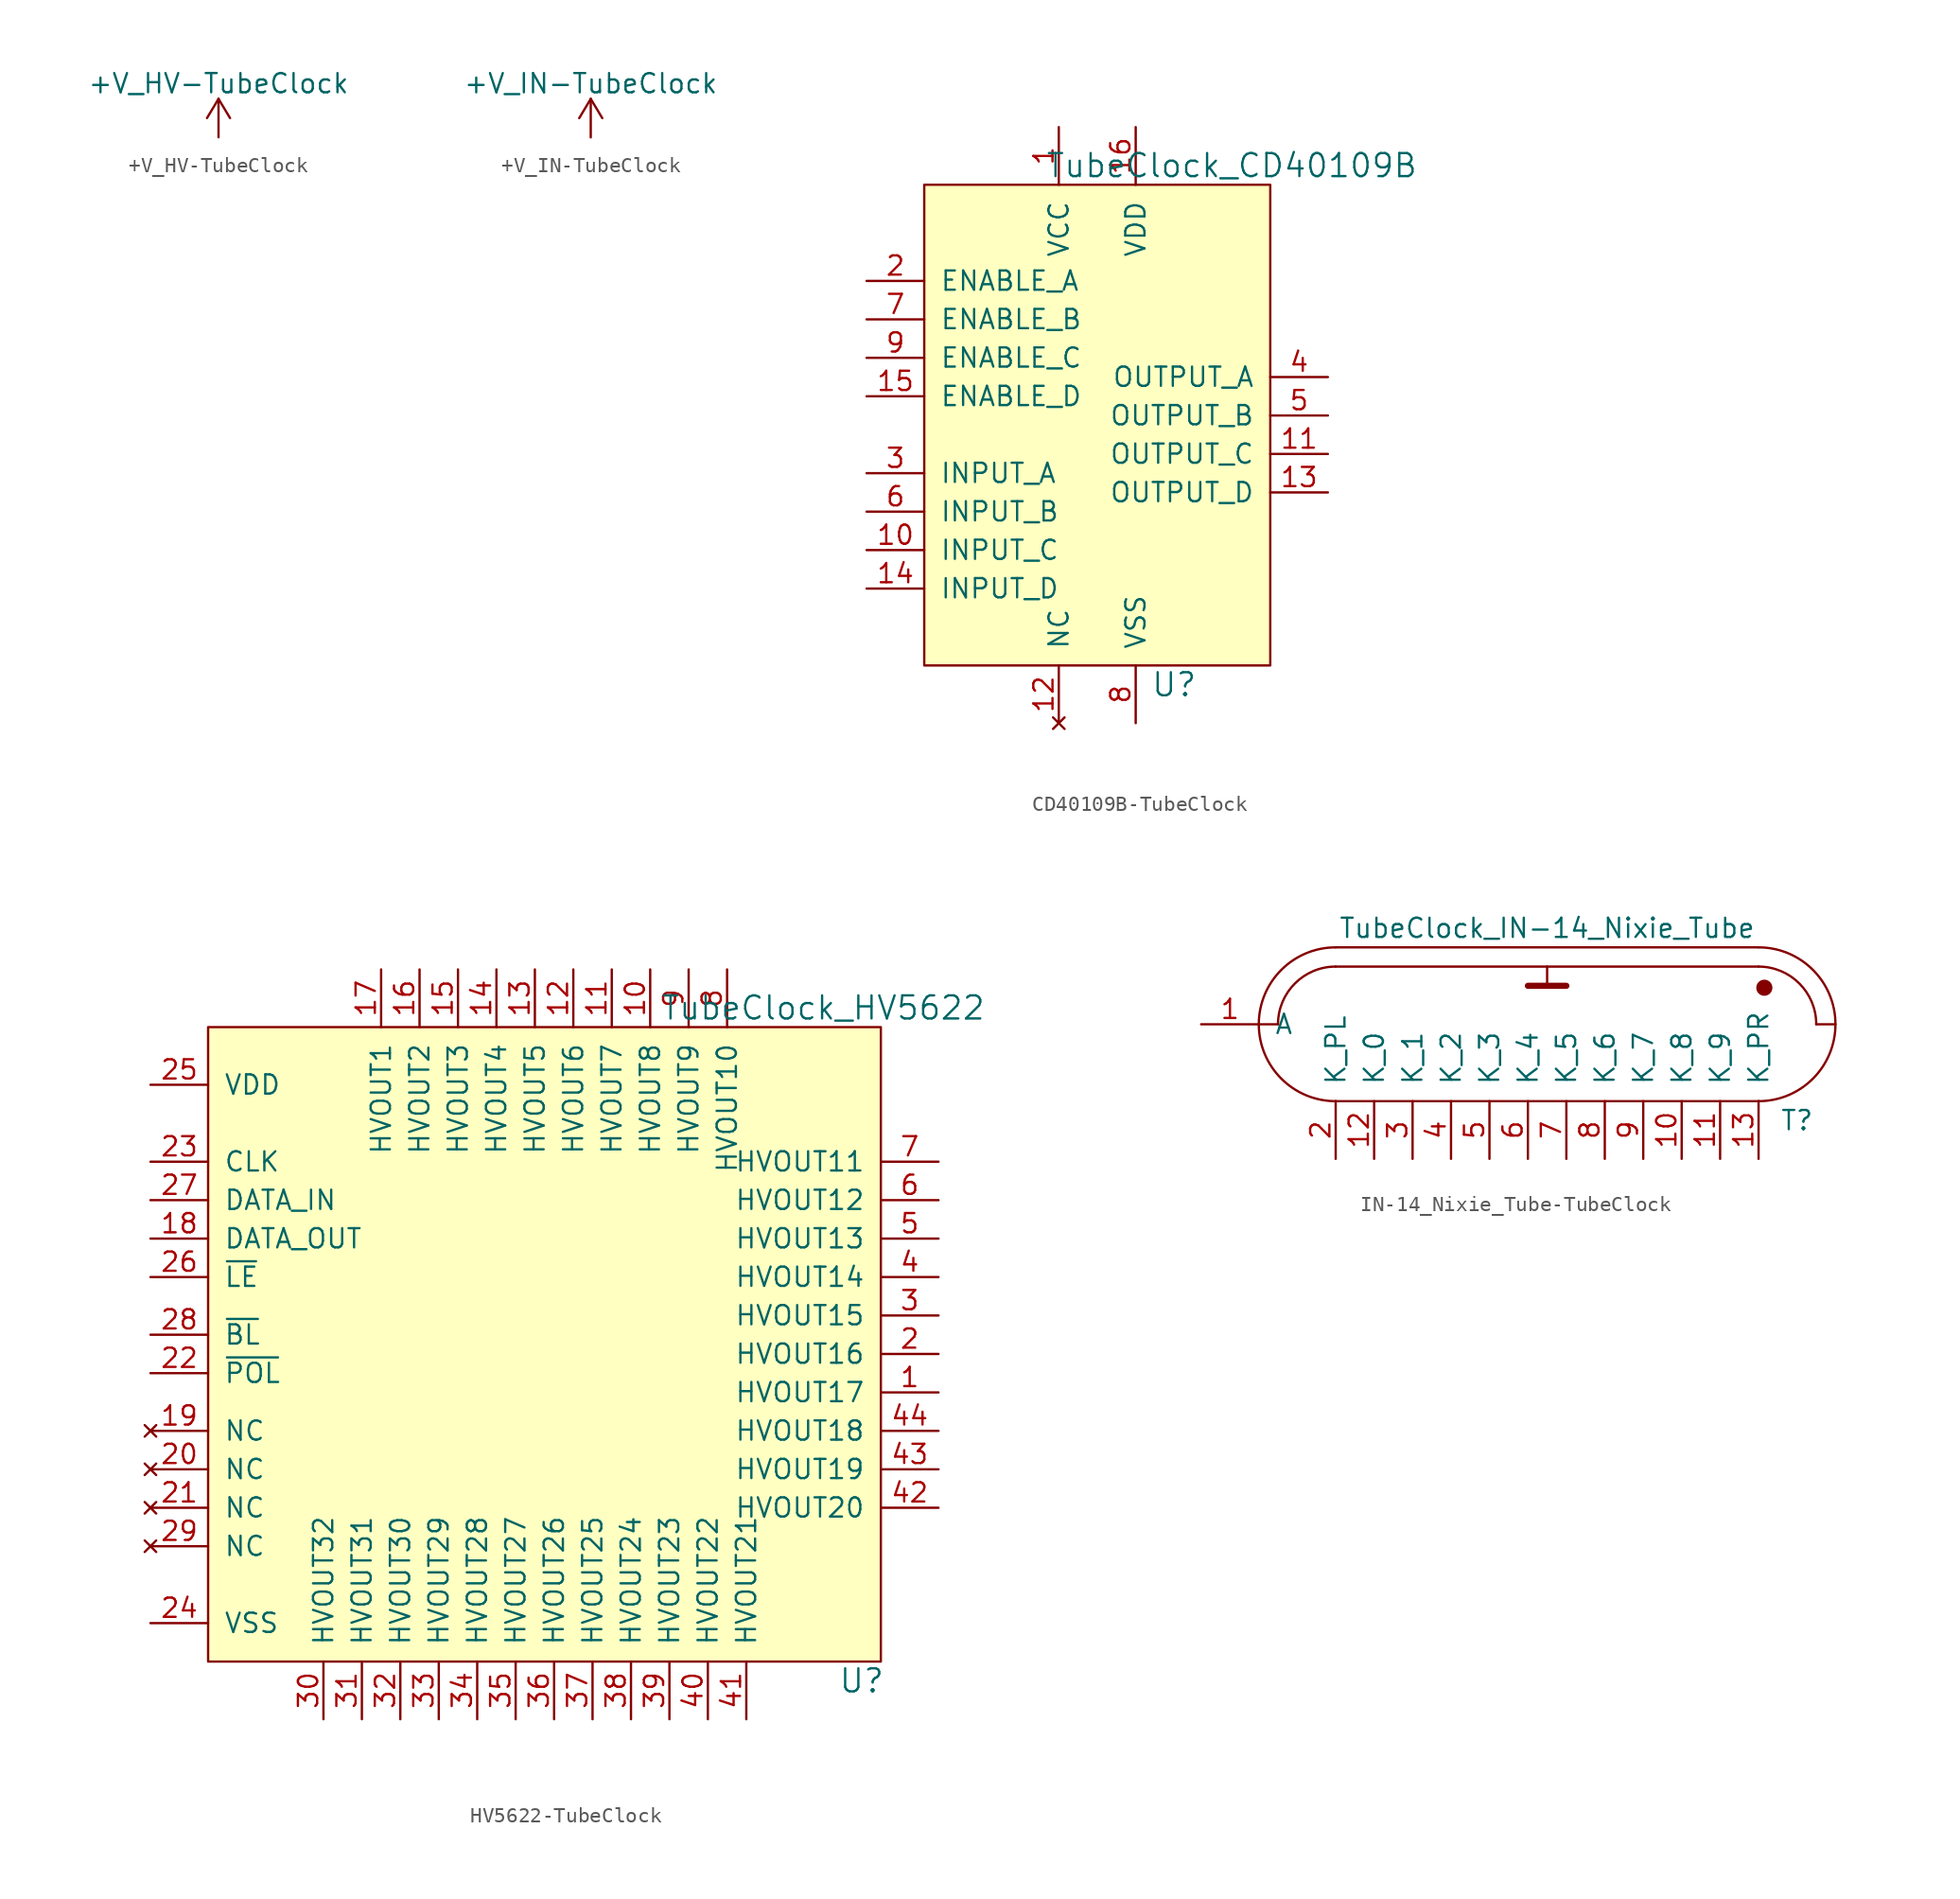
<source format=kicad_sym>
(kicad_symbol_lib
  (version 20220914)
  (generator kicad_symbol_editor)
  (symbol "+V_HV-TubeClock"
    (power)
    (pin_names
      (offset 0))
    (property "Reference" "#PWR"
      (at 0 -3.81 0)
      (effects (font (size 1.27 1.27)) hide))
    (property "Value" "+V_HV-TubeClock"
      (at 0 3.556 0)
      (effects (font (size 1.27 1.27))))
    (symbol "+V_HV-TubeClock_0_1"
      (polyline (pts (xy -0.762 1.27) (xy 0 2.54)) (stroke (width 0) (type solid)) (fill (type none)))
      (polyline (pts (xy 0 0) (xy 0 2.54)) (stroke (width 0) (type solid)) (fill (type none)))
      (polyline (pts (xy 0 2.54) (xy 0.762 1.27)) (stroke (width 0) (type solid)) (fill (type none))))
    (symbol "+V_HV-TubeClock_1_1"
      (pin power_in line (at 0 0 90) (length 0) hide (name "+V_HV" (effects (font (size 1.27 1.27)))) (number "1" (effects (font (size 1.27 1.27)))))))
  (symbol "+V_IN-TubeClock"
    (power)
    (pin_names
      (offset 0))
    (property "Reference" "#PWR"
      (at 0 -3.81 0)
      (effects (font (size 1.27 1.27)) hide))
    (property "Value" "+V_IN-TubeClock"
      (at 0 3.556 0)
      (effects (font (size 1.27 1.27))))
    (symbol "+V_IN-TubeClock_0_1"
      (polyline (pts (xy -0.762 1.27) (xy 0 2.54)) (stroke (width 0) (type solid)) (fill (type none)))
      (polyline (pts (xy 0 0) (xy 0 2.54)) (stroke (width 0) (type solid)) (fill (type none)))
      (polyline (pts (xy 0 2.54) (xy 0.762 1.27)) (stroke (width 0) (type solid)) (fill (type none))))
    (symbol "+V_IN-TubeClock_1_1"
      (pin power_in line (at 0 0 90) (length 0) hide (name "+V_IN" (effects (font (size 1.27 1.27)))) (number "1" (effects (font (size 1.27 1.27)))))))
  (symbol "CD40109B-TubeClock"
    (pin_names
      (offset 1.016))
    (property "Reference" "U"
      (at 5.08 -16.51 0)
      (effects (font (size 1.524 1.524))))
    (property "Value" "TubeClock_CD40109B"
      (at 8.89 17.78 0)
      (effects (font (size 1.524 1.524))))
    (property "Footprint" ""
      (at 2.54 12.7 0)
      (effects (font (size 1.524 1.524))))
    (property "Datasheet" ""
      (at 2.54 12.7 0)
      (effects (font (size 1.524 1.524))))
    (symbol "CD40109B-TubeClock_0_1"
      (rectangle (start -11.43 -15.24) (end 11.43 16.51) (stroke (width 0) (type solid)) (fill (type background))))
    (symbol "CD40109B-TubeClock_1_1"
      (pin power_in line (at -2.54 20.32 270) (length 3.81) (name "VCC" (effects (font (size 1.27 1.27)))) (number "1" (effects (font (size 1.27 1.27)))))
      (pin input line (at -15.24 -7.62 0) (length 3.81) (name "INPUT_C" (effects (font (size 1.27 1.27)))) (number "10" (effects (font (size 1.27 1.27)))))
      (pin output line (at 15.24 -1.27 180) (length 3.81) (name "OUTPUT_C" (effects (font (size 1.27 1.27)))) (number "11" (effects (font (size 1.27 1.27)))))
      (pin no_connect line (at -2.54 -19.05 90) (length 3.81) (name "NC" (effects (font (size 1.27 1.27)))) (number "12" (effects (font (size 1.27 1.27)))))
      (pin output line (at 15.24 -3.81 180) (length 3.81) (name "OUTPUT_D" (effects (font (size 1.27 1.27)))) (number "13" (effects (font (size 1.27 1.27)))))
      (pin input line (at -15.24 -10.16 0) (length 3.81) (name "INPUT_D" (effects (font (size 1.27 1.27)))) (number "14" (effects (font (size 1.27 1.27)))))
      (pin input line (at -15.24 2.54 0) (length 3.81) (name "ENABLE_D" (effects (font (size 1.27 1.27)))) (number "15" (effects (font (size 1.27 1.27)))))
      (pin power_in line (at 2.54 20.32 270) (length 3.81) (name "VDD" (effects (font (size 1.27 1.27)))) (number "16" (effects (font (size 1.27 1.27)))))
      (pin input line (at -15.24 10.16 0) (length 3.81) (name "ENABLE_A" (effects (font (size 1.27 1.27)))) (number "2" (effects (font (size 1.27 1.27)))))
      (pin input line (at -15.24 -2.54 0) (length 3.81) (name "INPUT_A" (effects (font (size 1.27 1.27)))) (number "3" (effects (font (size 1.27 1.27)))))
      (pin output line (at 15.24 3.81 180) (length 3.81) (name "OUTPUT_A" (effects (font (size 1.27 1.27)))) (number "4" (effects (font (size 1.27 1.27)))))
      (pin output line (at 15.24 1.27 180) (length 3.81) (name "OUTPUT_B" (effects (font (size 1.27 1.27)))) (number "5" (effects (font (size 1.27 1.27)))))
      (pin input line (at -15.24 -5.08 0) (length 3.81) (name "INPUT_B" (effects (font (size 1.27 1.27)))) (number "6" (effects (font (size 1.27 1.27)))))
      (pin input line (at -15.24 7.62 0) (length 3.81) (name "ENABLE_B" (effects (font (size 1.27 1.27)))) (number "7" (effects (font (size 1.27 1.27)))))
      (pin power_in line (at 2.54 -19.05 90) (length 3.81) (name "VSS" (effects (font (size 1.27 1.27)))) (number "8" (effects (font (size 1.27 1.27)))))
      (pin input line (at -15.24 5.08 0) (length 3.81) (name "ENABLE_C" (effects (font (size 1.27 1.27)))) (number "9" (effects (font (size 1.27 1.27)))))))
  (symbol "HV5622-TubeClock"
    (pin_names
      (offset 1.016))
    (property "Reference" "U"
      (at 20.32 -22.86 0)
      (effects (font (size 1.524 1.524))))
    (property "Value" "TubeClock_HV5622"
      (at 17.78 21.59 0)
      (effects (font (size 1.524 1.524))))
    (property "Footprint" ""
      (at -1.27 11.43 90)
      (effects (font (size 1.524 1.524))))
    (property "Datasheet" ""
      (at -1.27 11.43 90)
      (effects (font (size 1.524 1.524))))
    (symbol "HV5622-TubeClock_0_1"
      (rectangle (start -22.86 -21.59) (end 21.59 20.32) (stroke (width 0) (type solid)) (fill (type background))))
    (symbol "HV5622-TubeClock_1_1"
      (pin output line (at 25.4 -3.81 180) (length 3.81) (name "HVOUT17" (effects (font (size 1.27 1.27)))) (number "1" (effects (font (size 1.27 1.27)))))
      (pin output line (at 6.35 24.13 270) (length 3.81) (name "HVOUT8" (effects (font (size 1.27 1.27)))) (number "10" (effects (font (size 1.27 1.27)))))
      (pin output line (at 3.81 24.13 270) (length 3.81) (name "HVOUT7" (effects (font (size 1.27 1.27)))) (number "11" (effects (font (size 1.27 1.27)))))
      (pin output line (at 1.27 24.13 270) (length 3.81) (name "HVOUT6" (effects (font (size 1.27 1.27)))) (number "12" (effects (font (size 1.27 1.27)))))
      (pin output line (at -1.27 24.13 270) (length 3.81) (name "HVOUT5" (effects (font (size 1.27 1.27)))) (number "13" (effects (font (size 1.27 1.27)))))
      (pin output line (at -3.81 24.13 270) (length 3.81) (name "HVOUT4" (effects (font (size 1.27 1.27)))) (number "14" (effects (font (size 1.27 1.27)))))
      (pin output line (at -6.35 24.13 270) (length 3.81) (name "HVOUT3" (effects (font (size 1.27 1.27)))) (number "15" (effects (font (size 1.27 1.27)))))
      (pin output line (at -8.89 24.13 270) (length 3.81) (name "HVOUT2" (effects (font (size 1.27 1.27)))) (number "16" (effects (font (size 1.27 1.27)))))
      (pin output line (at -11.43 24.13 270) (length 3.81) (name "HVOUT1" (effects (font (size 1.27 1.27)))) (number "17" (effects (font (size 1.27 1.27)))))
      (pin output line (at -26.67 6.35 0) (length 3.81) (name "DATA_OUT" (effects (font (size 1.27 1.27)))) (number "18" (effects (font (size 1.27 1.27)))))
      (pin no_connect line (at -26.67 -6.35 0) (length 3.81) (name "NC" (effects (font (size 1.27 1.27)))) (number "19" (effects (font (size 1.27 1.27)))))
      (pin output line (at 25.4 -1.27 180) (length 3.81) (name "HVOUT16" (effects (font (size 1.27 1.27)))) (number "2" (effects (font (size 1.27 1.27)))))
      (pin no_connect line (at -26.67 -8.89 0) (length 3.81) (name "NC" (effects (font (size 1.27 1.27)))) (number "20" (effects (font (size 1.27 1.27)))))
      (pin no_connect line (at -26.67 -11.43 0) (length 3.81) (name "NC" (effects (font (size 1.27 1.27)))) (number "21" (effects (font (size 1.27 1.27)))))
      (pin input line (at -26.67 -2.54 0) (length 3.81) (name "~{POL}" (effects (font (size 1.27 1.27)))) (number "22" (effects (font (size 1.27 1.27)))))
      (pin input line (at -26.67 11.43 0) (length 3.81) (name "CLK" (effects (font (size 1.27 1.27)))) (number "23" (effects (font (size 1.27 1.27)))))
      (pin power_in line (at -26.67 -19.05 0) (length 3.81) (name "VSS" (effects (font (size 1.27 1.27)))) (number "24" (effects (font (size 1.27 1.27)))))
      (pin power_in line (at -26.67 16.51 0) (length 3.81) (name "VDD" (effects (font (size 1.27 1.27)))) (number "25" (effects (font (size 1.27 1.27)))))
      (pin input line (at -26.67 3.81 0) (length 3.81) (name "~{LE}" (effects (font (size 1.27 1.27)))) (number "26" (effects (font (size 1.27 1.27)))))
      (pin input line (at -26.67 8.89 0) (length 3.81) (name "DATA_IN" (effects (font (size 1.27 1.27)))) (number "27" (effects (font (size 1.27 1.27)))))
      (pin input line (at -26.67 0 0) (length 3.81) (name "~{BL}" (effects (font (size 1.27 1.27)))) (number "28" (effects (font (size 1.27 1.27)))))
      (pin no_connect line (at -26.67 -13.97 0) (length 3.81) (name "NC" (effects (font (size 1.27 1.27)))) (number "29" (effects (font (size 1.27 1.27)))))
      (pin output line (at 25.4 1.27 180) (length 3.81) (name "HVOUT15" (effects (font (size 1.27 1.27)))) (number "3" (effects (font (size 1.27 1.27)))))
      (pin output line (at -15.24 -25.4 90) (length 3.81) (name "HVOUT32" (effects (font (size 1.27 1.27)))) (number "30" (effects (font (size 1.27 1.27)))))
      (pin output line (at -12.7 -25.4 90) (length 3.81) (name "HVOUT31" (effects (font (size 1.27 1.27)))) (number "31" (effects (font (size 1.27 1.27)))))
      (pin output line (at -10.16 -25.4 90) (length 3.81) (name "HVOUT30" (effects (font (size 1.27 1.27)))) (number "32" (effects (font (size 1.27 1.27)))))
      (pin output line (at -7.62 -25.4 90) (length 3.81) (name "HVOUT29" (effects (font (size 1.27 1.27)))) (number "33" (effects (font (size 1.27 1.27)))))
      (pin output line (at -5.08 -25.4 90) (length 3.81) (name "HVOUT28" (effects (font (size 1.27 1.27)))) (number "34" (effects (font (size 1.27 1.27)))))
      (pin output line (at -2.54 -25.4 90) (length 3.81) (name "HVOUT27" (effects (font (size 1.27 1.27)))) (number "35" (effects (font (size 1.27 1.27)))))
      (pin output line (at 0 -25.4 90) (length 3.81) (name "HVOUT26" (effects (font (size 1.27 1.27)))) (number "36" (effects (font (size 1.27 1.27)))))
      (pin output line (at 2.54 -25.4 90) (length 3.81) (name "HVOUT25" (effects (font (size 1.27 1.27)))) (number "37" (effects (font (size 1.27 1.27)))))
      (pin output line (at 5.08 -25.4 90) (length 3.81) (name "HVOUT24" (effects (font (size 1.27 1.27)))) (number "38" (effects (font (size 1.27 1.27)))))
      (pin output line (at 7.62 -25.4 90) (length 3.81) (name "HVOUT23" (effects (font (size 1.27 1.27)))) (number "39" (effects (font (size 1.27 1.27)))))
      (pin output line (at 25.4 3.81 180) (length 3.81) (name "HVOUT14" (effects (font (size 1.27 1.27)))) (number "4" (effects (font (size 1.27 1.27)))))
      (pin output line (at 10.16 -25.4 90) (length 3.81) (name "HVOUT22" (effects (font (size 1.27 1.27)))) (number "40" (effects (font (size 1.27 1.27)))))
      (pin output line (at 12.7 -25.4 90) (length 3.81) (name "HVOUT21" (effects (font (size 1.27 1.27)))) (number "41" (effects (font (size 1.27 1.27)))))
      (pin output line (at 25.4 -11.43 180) (length 3.81) (name "HVOUT20" (effects (font (size 1.27 1.27)))) (number "42" (effects (font (size 1.27 1.27)))))
      (pin output line (at 25.4 -8.89 180) (length 3.81) (name "HVOUT19" (effects (font (size 1.27 1.27)))) (number "43" (effects (font (size 1.27 1.27)))))
      (pin output line (at 25.4 -6.35 180) (length 3.81) (name "HVOUT18" (effects (font (size 1.27 1.27)))) (number "44" (effects (font (size 1.27 1.27)))))
      (pin output line (at 25.4 6.35 180) (length 3.81) (name "HVOUT13" (effects (font (size 1.27 1.27)))) (number "5" (effects (font (size 1.27 1.27)))))
      (pin output line (at 25.4 8.89 180) (length 3.81) (name "HVOUT12" (effects (font (size 1.27 1.27)))) (number "6" (effects (font (size 1.27 1.27)))))
      (pin output line (at 25.4 11.43 180) (length 3.81) (name "HVOUT11" (effects (font (size 1.27 1.27)))) (number "7" (effects (font (size 1.27 1.27)))))
      (pin output line (at 11.43 24.13 270) (length 3.81) (name "HVOUT10" (effects (font (size 1.27 1.27)))) (number "8" (effects (font (size 1.27 1.27)))))
      (pin output line (at 8.89 24.13 270) (length 3.81) (name "HVOUT9" (effects (font (size 1.27 1.27)))) (number "9" (effects (font (size 1.27 1.27)))))))
  (symbol "IN-14_Nixie_Tube-TubeClock"
    (pin_names
      (offset 1.016))
    (property "Reference" "T"
      (at 16.51 -6.35 0)
      (effects (font (size 1.27 1.27))))
    (property "Value" "TubeClock_IN-14_Nixie_Tube"
      (at 0 6.35 0)
      (effects (font (size 1.27 1.27))))
    (symbol "IN-14_Nixie_Tube-TubeClock_0_0"
      (polyline (pts (xy -13.97 -5.08) (xy 13.97 -5.08)) (stroke (width 0) (type solid)) (fill (type none)))
      (polyline (pts (xy 13.97 3.81) (xy -13.97 3.81)) (stroke (width 0) (type solid)) (fill (type none)))
      (polyline (pts (xy 13.97 5.08) (xy -13.97 5.08)) (stroke (width 0) (type solid)) (fill (type none)))
      (circle (center 14.351 2.413) (radius 0.457) (stroke (width 0) (type solid)) (fill (type outline))))
    (symbol "IN-14_Nixie_Tube-TubeClock_0_1"
      (arc (start -13.97 3.81) (mid -16.6641 2.6941) (end -17.78 0) (stroke (width 0) (type solid)) (fill (type none)))
      (arc (start -13.97 5.08) (mid -19.0279 0) (end -13.97 -5.08) (stroke (width 0) (type solid)) (fill (type none)))
      (polyline (pts (xy -19.05 0) (xy -17.78 0)) (stroke (width 0) (type solid)) (fill (type none)))
      (polyline (pts (xy -1.27 2.54) (xy 1.27 2.54)) (stroke (width 0.406) (type solid)) (fill (type none)))
      (polyline (pts (xy 0 3.81) (xy 0 2.54)) (stroke (width 0) (type solid)) (fill (type none)))
      (polyline (pts (xy 17.78 0) (xy 19.05 0)) (stroke (width 0) (type solid)) (fill (type none)))
      (arc (start 13.97 -5.08) (mid 19.0279 0) (end 13.97 5.08) (stroke (width 0) (type solid)) (fill (type none)))
      (arc (start 17.78 0) (mid 16.6641 2.6941) (end 13.97 3.81) (stroke (width 0) (type solid)) (fill (type none))))
    (symbol "IN-14_Nixie_Tube-TubeClock_1_1"
      (pin power_in line (at -22.86 0 0) (length 3.81) (name "A" (effects (font (size 1.27 1.27)))) (number "1" (effects (font (size 1.27 1.27)))))
      (pin power_in line (at 8.89 -8.89 90) (length 3.81) (name "K_8" (effects (font (size 1.27 1.27)))) (number "10" (effects (font (size 1.27 1.27)))))
      (pin power_in line (at 11.43 -8.89 90) (length 3.81) (name "K_9" (effects (font (size 1.27 1.27)))) (number "11" (effects (font (size 1.27 1.27)))))
      (pin power_in line (at -11.43 -8.89 90) (length 3.81) (name "K_0" (effects (font (size 1.27 1.27)))) (number "12" (effects (font (size 1.27 1.27)))))
      (pin power_in line (at 13.97 -8.89 90) (length 3.81) (name "K_PR" (effects (font (size 1.27 1.27)))) (number "13" (effects (font (size 1.27 1.27)))))
      (pin power_in line (at -13.97 -8.89 90) (length 3.81) (name "K_PL" (effects (font (size 1.27 1.27)))) (number "2" (effects (font (size 1.27 1.27)))))
      (pin power_in line (at -8.89 -8.89 90) (length 3.81) (name "K_1" (effects (font (size 1.27 1.27)))) (number "3" (effects (font (size 1.27 1.27)))))
      (pin power_in line (at -6.35 -8.89 90) (length 3.81) (name "K_2" (effects (font (size 1.27 1.27)))) (number "4" (effects (font (size 1.27 1.27)))))
      (pin power_in line (at -3.81 -8.89 90) (length 3.81) (name "K_3" (effects (font (size 1.27 1.27)))) (number "5" (effects (font (size 1.27 1.27)))))
      (pin power_in line (at -1.27 -8.89 90) (length 3.81) (name "K_4" (effects (font (size 1.27 1.27)))) (number "6" (effects (font (size 1.27 1.27)))))
      (pin power_in line (at 1.27 -8.89 90) (length 3.81) (name "K_5" (effects (font (size 1.27 1.27)))) (number "7" (effects (font (size 1.27 1.27)))))
      (pin power_in line (at 3.81 -8.89 90) (length 3.81) (name "K_6" (effects (font (size 1.27 1.27)))) (number "8" (effects (font (size 1.27 1.27)))))
      (pin power_in line (at 6.35 -8.89 90) (length 3.81) (name "K_7" (effects (font (size 1.27 1.27)))) (number "9" (effects (font (size 1.27 1.27))))))))
</source>
